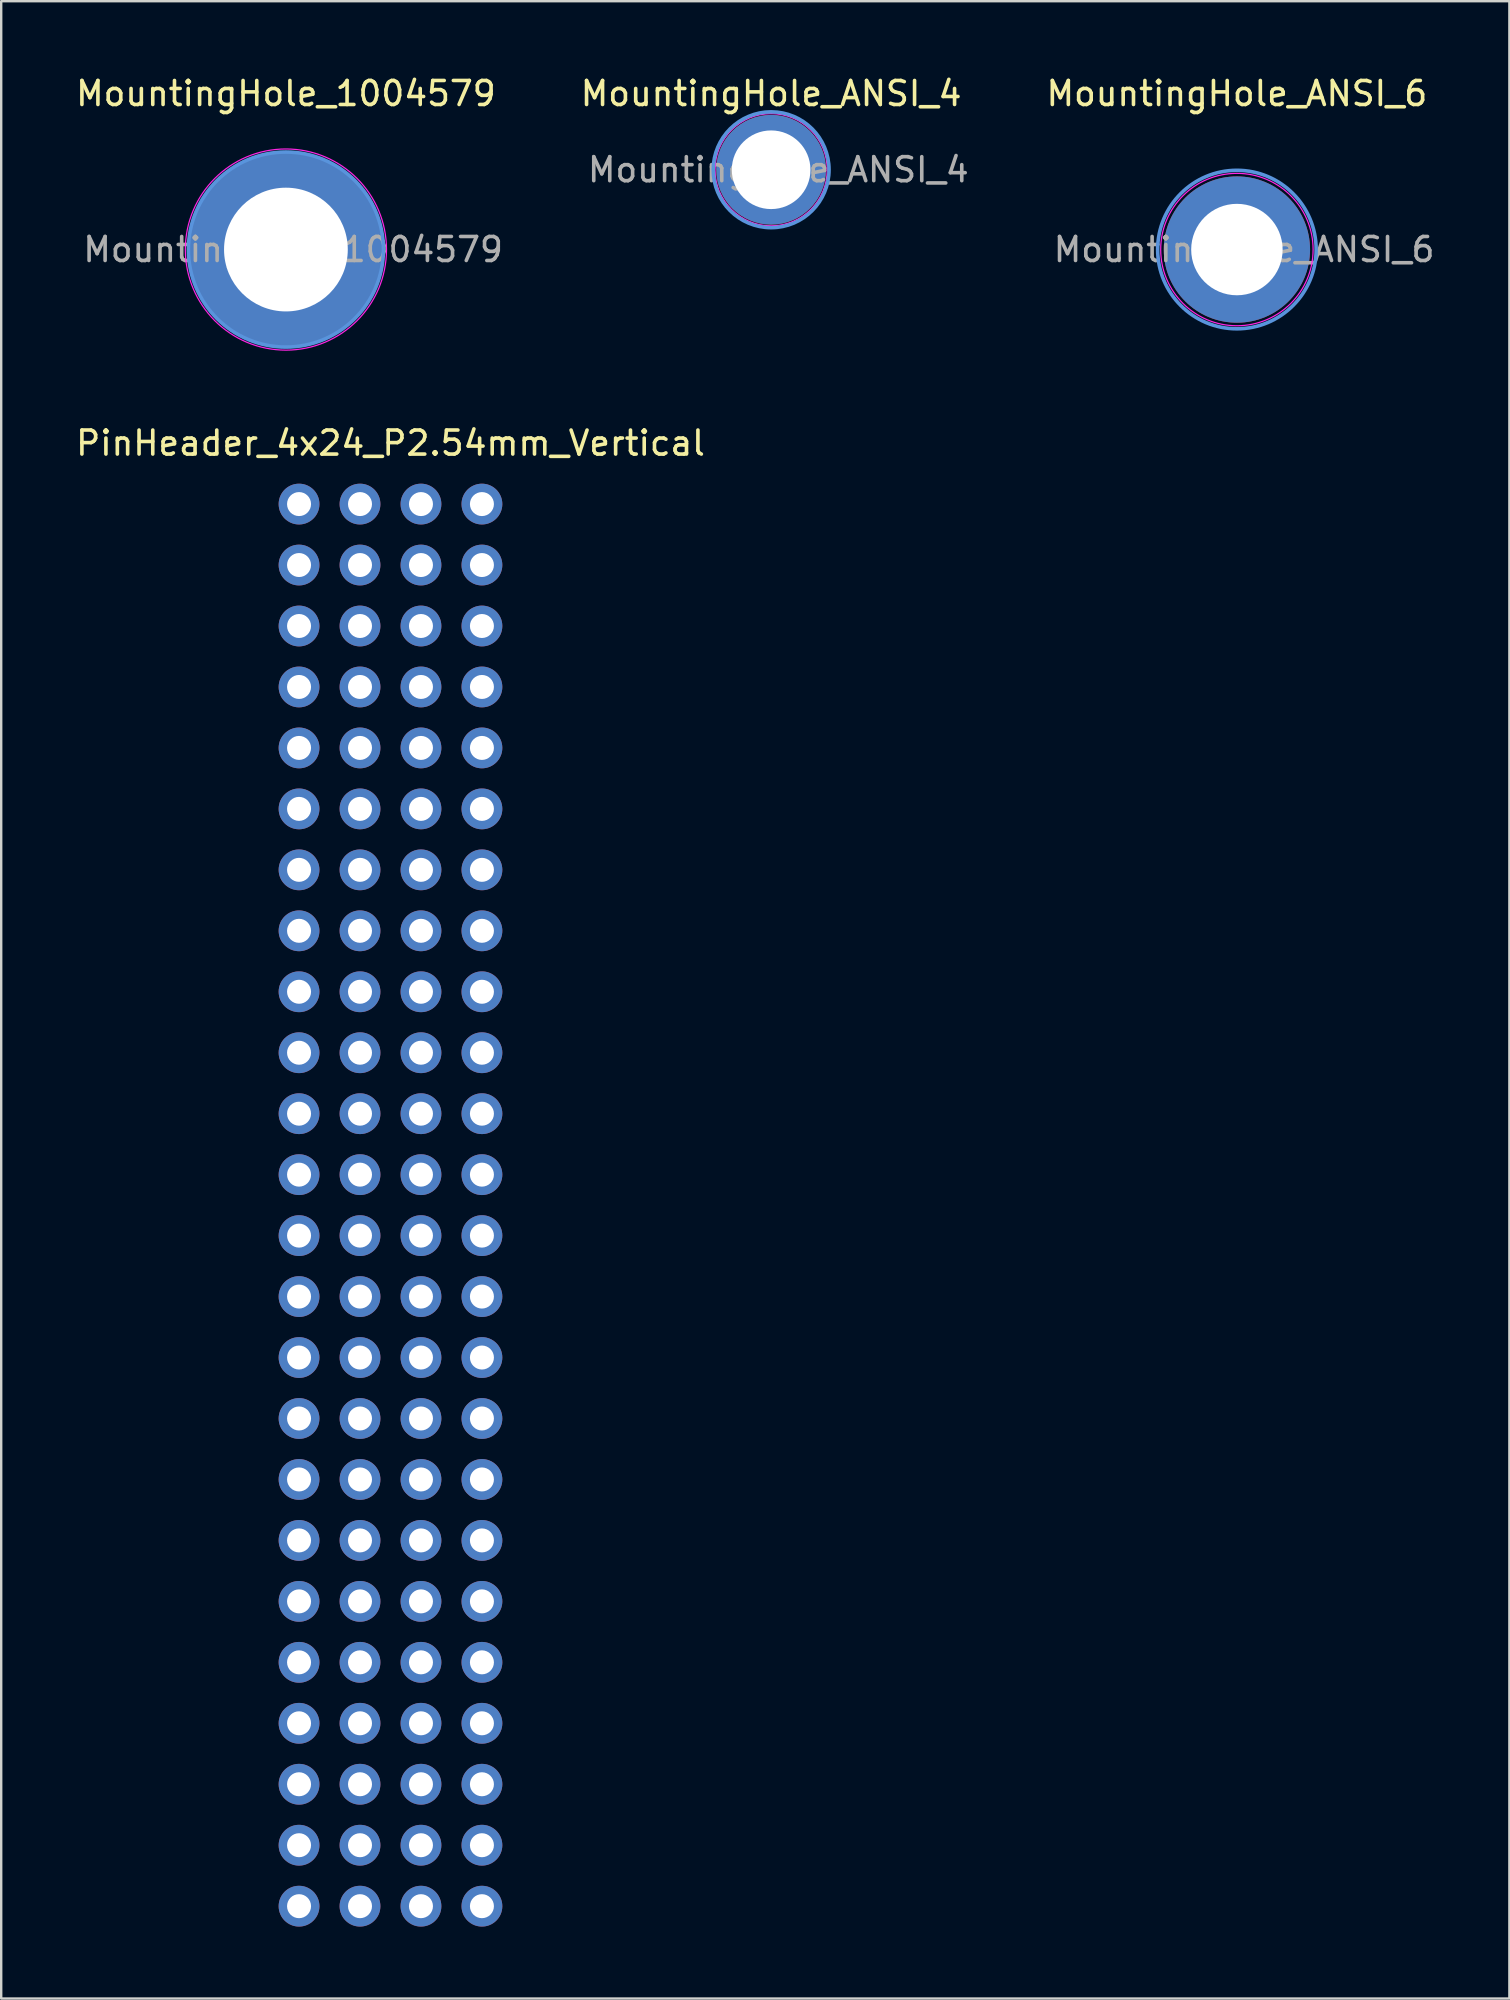
<source format=kicad_pcb>
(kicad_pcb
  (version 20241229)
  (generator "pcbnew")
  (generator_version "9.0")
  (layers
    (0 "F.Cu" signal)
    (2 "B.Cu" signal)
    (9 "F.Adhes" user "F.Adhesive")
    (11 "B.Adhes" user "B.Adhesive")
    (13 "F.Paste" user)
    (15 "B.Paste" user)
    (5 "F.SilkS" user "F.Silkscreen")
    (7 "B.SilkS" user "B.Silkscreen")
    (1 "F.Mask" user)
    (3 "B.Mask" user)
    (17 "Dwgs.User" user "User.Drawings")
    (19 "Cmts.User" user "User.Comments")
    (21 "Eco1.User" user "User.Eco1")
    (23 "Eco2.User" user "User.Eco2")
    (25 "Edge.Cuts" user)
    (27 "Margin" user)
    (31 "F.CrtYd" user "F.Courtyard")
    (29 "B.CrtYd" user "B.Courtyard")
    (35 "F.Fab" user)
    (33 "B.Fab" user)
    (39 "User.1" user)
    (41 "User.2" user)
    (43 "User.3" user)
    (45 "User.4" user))
  (footprint "MountingHole_ANSI_6"
    (layer "F.Cu")
    (at 48.487 7.348)
    (property "Reference" "MountingHole_ANSI_6" (at 0 -6.5 0) (layer "F.SilkS") (effects (font (size 1 1) (thickness 0.15))))
    (attr exclude_from_pos_files exclude_from_bom)
    (fp_circle (center 0 0) (end 3.302 0) (stroke (width 0.15) (type solid)) (fill no) (layer "Cmts.User"))
    (fp_circle (center 0 0) (end 3.175 0) (stroke (width 0.05) (type solid)) (fill no) (layer "F.CrtYd"))
    (fp_text user "${REFERENCE}" (at 0.3 0 0) (layer "F.Fab") (effects (font (size 1 1) (thickness 0.15))))
    (pad "1" thru_hole circle (at 0 0) (size 6.096 6.096) (drill 3.81) (layers "*.Cu" "*.Mask")))
  (footprint "PinHeader_4x24_P2.54mm_Vertical"
    (layer "F.Cu")
    (at 13.22 47.163)
    (property "Reference" "PinHeader_4x24_P2.54mm_Vertical" (at 0 -31.75 0) (layer "F.SilkS") (effects (font (size 1 1) (thickness 0.15))))
    (attr through_hole)
    (pad "1" thru_hole circle (at -3.81 -29.21) (size 1.7 1.7) (drill 1) (layers "*.Cu" "*.Mask"))
    (pad "2" thru_hole circle (at -1.27 -29.21) (size 1.7 1.7) (drill 1) (layers "*.Cu" "*.Mask"))
    (pad "3" thru_hole circle (at 1.27 -29.21) (size 1.7 1.7) (drill 1) (layers "*.Cu" "*.Mask"))
    (pad "4" thru_hole circle (at 3.81 -29.21) (size 1.7 1.7) (drill 1) (layers "*.Cu" "*.Mask"))
    (pad "5" thru_hole circle (at -3.81 -26.67) (size 1.7 1.7) (drill 1) (layers "*.Cu" "*.Mask"))
    (pad "6" thru_hole circle (at -1.27 -26.67) (size 1.7 1.7) (drill 1) (layers "*.Cu" "*.Mask"))
    (pad "7" thru_hole circle (at 1.27 -26.67) (size 1.7 1.7) (drill 1) (layers "*.Cu" "*.Mask"))
    (pad "8" thru_hole circle (at 3.81 -26.67) (size 1.7 1.7) (drill 1) (layers "*.Cu" "*.Mask"))
    (pad "9" thru_hole circle (at -3.81 -24.13) (size 1.7 1.7) (drill 1) (layers "*.Cu" "*.Mask"))
    (pad "10" thru_hole circle (at -1.27 -24.13) (size 1.7 1.7) (drill 1) (layers "*.Cu" "*.Mask"))
    (pad "11" thru_hole circle (at 1.27 -24.13) (size 1.7 1.7) (drill 1) (layers "*.Cu" "*.Mask"))
    (pad "12" thru_hole circle (at 3.81 -24.13) (size 1.7 1.7) (drill 1) (layers "*.Cu" "*.Mask"))
    (pad "13" thru_hole circle (at -3.81 -21.59) (size 1.7 1.7) (drill 1) (layers "*.Cu" "*.Mask"))
    (pad "14" thru_hole circle (at -1.27 -21.59) (size 1.7 1.7) (drill 1) (layers "*.Cu" "*.Mask"))
    (pad "15" thru_hole circle (at 1.27 -21.59) (size 1.7 1.7) (drill 1) (layers "*.Cu" "*.Mask"))
    (pad "16" thru_hole circle (at 3.81 -21.59) (size 1.7 1.7) (drill 1) (layers "*.Cu" "*.Mask"))
    (pad "17" thru_hole circle (at -3.81 -19.05) (size 1.7 1.7) (drill 1) (layers "*.Cu" "*.Mask"))
    (pad "18" thru_hole circle (at -1.27 -19.05) (size 1.7 1.7) (drill 1) (layers "*.Cu" "*.Mask"))
    (pad "19" thru_hole circle (at 1.27 -19.05) (size 1.7 1.7) (drill 1) (layers "*.Cu" "*.Mask"))
    (pad "20" thru_hole circle (at 3.81 -19.05) (size 1.7 1.7) (drill 1) (layers "*.Cu" "*.Mask"))
    (pad "21" thru_hole circle (at -3.81 -16.51) (size 1.7 1.7) (drill 1) (layers "*.Cu" "*.Mask"))
    (pad "22" thru_hole circle (at -1.27 -16.51) (size 1.7 1.7) (drill 1) (layers "*.Cu" "*.Mask"))
    (pad "23" thru_hole circle (at 1.27 -16.51) (size 1.7 1.7) (drill 1) (layers "*.Cu" "*.Mask"))
    (pad "24" thru_hole circle (at 3.81 -16.51) (size 1.7 1.7) (drill 1) (layers "*.Cu" "*.Mask"))
    (pad "25" thru_hole circle (at -3.81 -13.97) (size 1.7 1.7) (drill 1) (layers "*.Cu" "*.Mask"))
    (pad "26" thru_hole circle (at -1.27 -13.97) (size 1.7 1.7) (drill 1) (layers "*.Cu" "*.Mask"))
    (pad "27" thru_hole circle (at 1.27 -13.97) (size 1.7 1.7) (drill 1) (layers "*.Cu" "*.Mask"))
    (pad "28" thru_hole circle (at 3.81 -13.97) (size 1.7 1.7) (drill 1) (layers "*.Cu" "*.Mask"))
    (pad "29" thru_hole circle (at -3.81 -11.43) (size 1.7 1.7) (drill 1) (layers "*.Cu" "*.Mask"))
    (pad "30" thru_hole circle (at -1.27 -11.43) (size 1.7 1.7) (drill 1) (layers "*.Cu" "*.Mask"))
    (pad "31" thru_hole circle (at 1.27 -11.43) (size 1.7 1.7) (drill 1) (layers "*.Cu" "*.Mask"))
    (pad "32" thru_hole circle (at 3.81 -11.43) (size 1.7 1.7) (drill 1) (layers "*.Cu" "*.Mask"))
    (pad "33" thru_hole circle (at -3.81 -8.89) (size 1.7 1.7) (drill 1) (layers "*.Cu" "*.Mask"))
    (pad "34" thru_hole circle (at -1.27 -8.89) (size 1.7 1.7) (drill 1) (layers "*.Cu" "*.Mask"))
    (pad "35" thru_hole circle (at 1.27 -8.89) (size 1.7 1.7) (drill 1) (layers "*.Cu" "*.Mask"))
    (pad "36" thru_hole circle (at 3.81 -8.89) (size 1.7 1.7) (drill 1) (layers "*.Cu" "*.Mask"))
    (pad "37" thru_hole circle (at -3.81 -6.35) (size 1.7 1.7) (drill 1) (layers "*.Cu" "*.Mask"))
    (pad "38" thru_hole circle (at -1.27 -6.35) (size 1.7 1.7) (drill 1) (layers "*.Cu" "*.Mask"))
    (pad "39" thru_hole circle (at 1.27 -6.35) (size 1.7 1.7) (drill 1) (layers "*.Cu" "*.Mask"))
    (pad "40" thru_hole circle (at 3.81 -6.35) (size 1.7 1.7) (drill 1) (layers "*.Cu" "*.Mask"))
    (pad "41" thru_hole circle (at -3.81 -3.81) (size 1.7 1.7) (drill 1) (layers "*.Cu" "*.Mask"))
    (pad "42" thru_hole circle (at -1.27 -3.81) (size 1.7 1.7) (drill 1) (layers "*.Cu" "*.Mask"))
    (pad "43" thru_hole circle (at 1.27 -3.81) (size 1.7 1.7) (drill 1) (layers "*.Cu" "*.Mask"))
    (pad "44" thru_hole circle (at 3.81 -3.81) (size 1.7 1.7) (drill 1) (layers "*.Cu" "*.Mask"))
    (pad "45" thru_hole circle (at -3.81 -1.27) (size 1.7 1.7) (drill 1) (layers "*.Cu" "*.Mask"))
    (pad "46" thru_hole circle (at -1.27 -1.27) (size 1.7 1.7) (drill 1) (layers "*.Cu" "*.Mask"))
    (pad "47" thru_hole circle (at 1.27 -1.27) (size 1.7 1.7) (drill 1) (layers "*.Cu" "*.Mask"))
    (pad "48" thru_hole circle (at 3.81 -1.27) (size 1.7 1.7) (drill 1) (layers "*.Cu" "*.Mask"))
    (pad "49" thru_hole circle (at -3.81 1.27) (size 1.7 1.7) (drill 1) (layers "*.Cu" "*.Mask"))
    (pad "50" thru_hole circle (at -1.27 1.27) (size 1.7 1.7) (drill 1) (layers "*.Cu" "*.Mask"))
    (pad "51" thru_hole circle (at 1.27 1.27) (size 1.7 1.7) (drill 1) (layers "*.Cu" "*.Mask"))
    (pad "52" thru_hole circle (at 3.81 1.27) (size 1.7 1.7) (drill 1) (layers "*.Cu" "*.Mask"))
    (pad "53" thru_hole circle (at -3.81 3.81) (size 1.7 1.7) (drill 1) (layers "*.Cu" "*.Mask"))
    (pad "54" thru_hole circle (at -1.27 3.81) (size 1.7 1.7) (drill 1) (layers "*.Cu" "*.Mask"))
    (pad "55" thru_hole circle (at 1.27 3.81) (size 1.7 1.7) (drill 1) (layers "*.Cu" "*.Mask"))
    (pad "56" thru_hole circle (at 3.81 3.81) (size 1.7 1.7) (drill 1) (layers "*.Cu" "*.Mask"))
    (pad "57" thru_hole circle (at -3.81 6.35) (size 1.7 1.7) (drill 1) (layers "*.Cu" "*.Mask"))
    (pad "58" thru_hole circle (at -1.27 6.35) (size 1.7 1.7) (drill 1) (layers "*.Cu" "*.Mask"))
    (pad "59" thru_hole circle (at 1.27 6.35) (size 1.7 1.7) (drill 1) (layers "*.Cu" "*.Mask"))
    (pad "60" thru_hole circle (at 3.81 6.35) (size 1.7 1.7) (drill 1) (layers "*.Cu" "*.Mask"))
    (pad "61" thru_hole circle (at -3.81 8.89) (size 1.7 1.7) (drill 1) (layers "*.Cu" "*.Mask"))
    (pad "62" thru_hole circle (at -1.27 8.89) (size 1.7 1.7) (drill 1) (layers "*.Cu" "*.Mask"))
    (pad "63" thru_hole circle (at 1.27 8.89) (size 1.7 1.7) (drill 1) (layers "*.Cu" "*.Mask"))
    (pad "64" thru_hole circle (at 3.81 8.89) (size 1.7 1.7) (drill 1) (layers "*.Cu" "*.Mask"))
    (pad "65" thru_hole circle (at -3.81 11.43) (size 1.7 1.7) (drill 1) (layers "*.Cu" "*.Mask"))
    (pad "66" thru_hole circle (at -1.27 11.43) (size 1.7 1.7) (drill 1) (layers "*.Cu" "*.Mask"))
    (pad "67" thru_hole circle (at 1.27 11.43) (size 1.7 1.7) (drill 1) (layers "*.Cu" "*.Mask"))
    (pad "68" thru_hole circle (at 3.81 11.43) (size 1.7 1.7) (drill 1) (layers "*.Cu" "*.Mask"))
    (pad "69" thru_hole circle (at -3.81 13.97) (size 1.7 1.7) (drill 1) (layers "*.Cu" "*.Mask"))
    (pad "70" thru_hole circle (at -1.27 13.97) (size 1.7 1.7) (drill 1) (layers "*.Cu" "*.Mask"))
    (pad "71" thru_hole circle (at 1.27 13.97) (size 1.7 1.7) (drill 1) (layers "*.Cu" "*.Mask"))
    (pad "72" thru_hole circle (at 3.81 13.97) (size 1.7 1.7) (drill 1) (layers "*.Cu" "*.Mask"))
    (pad "73" thru_hole circle (at -3.81 16.51) (size 1.7 1.7) (drill 1) (layers "*.Cu" "*.Mask"))
    (pad "74" thru_hole circle (at -1.27 16.51) (size 1.7 1.7) (drill 1) (layers "*.Cu" "*.Mask"))
    (pad "75" thru_hole circle (at 1.27 16.51) (size 1.7 1.7) (drill 1) (layers "*.Cu" "*.Mask"))
    (pad "76" thru_hole circle (at 3.81 16.51) (size 1.7 1.7) (drill 1) (layers "*.Cu" "*.Mask"))
    (pad "77" thru_hole circle (at -3.81 19.05) (size 1.7 1.7) (drill 1) (layers "*.Cu" "*.Mask"))
    (pad "78" thru_hole circle (at -1.27 19.05) (size 1.7 1.7) (drill 1) (layers "*.Cu" "*.Mask"))
    (pad "79" thru_hole circle (at 1.27 19.05) (size 1.7 1.7) (drill 1) (layers "*.Cu" "*.Mask"))
    (pad "80" thru_hole circle (at 3.81 19.05) (size 1.7 1.7) (drill 1) (layers "*.Cu" "*.Mask"))
    (pad "81" thru_hole circle (at -3.81 21.59) (size 1.7 1.7) (drill 1) (layers "*.Cu" "*.Mask"))
    (pad "82" thru_hole circle (at -1.27 21.59) (size 1.7 1.7) (drill 1) (layers "*.Cu" "*.Mask"))
    (pad "83" thru_hole circle (at 1.27 21.59) (size 1.7 1.7) (drill 1) (layers "*.Cu" "*.Mask"))
    (pad "84" thru_hole circle (at 3.81 21.59) (size 1.7 1.7) (drill 1) (layers "*.Cu" "*.Mask"))
    (pad "85" thru_hole circle (at -3.81 24.13) (size 1.7 1.7) (drill 1) (layers "*.Cu" "*.Mask"))
    (pad "86" thru_hole circle (at -1.27 24.13) (size 1.7 1.7) (drill 1) (layers "*.Cu" "*.Mask"))
    (pad "87" thru_hole circle (at 1.27 24.13) (size 1.7 1.7) (drill 1) (layers "*.Cu" "*.Mask"))
    (pad "88" thru_hole circle (at 3.81 24.13) (size 1.7 1.7) (drill 1) (layers "*.Cu" "*.Mask"))
    (pad "89" thru_hole circle (at -3.81 26.67) (size 1.7 1.7) (drill 1) (layers "*.Cu" "*.Mask"))
    (pad "90" thru_hole circle (at -1.27 26.67) (size 1.7 1.7) (drill 1) (layers "*.Cu" "*.Mask"))
    (pad "91" thru_hole circle (at 1.27 26.67) (size 1.7 1.7) (drill 1) (layers "*.Cu" "*.Mask"))
    (pad "92" thru_hole circle (at 3.81 26.67) (size 1.7 1.7) (drill 1) (layers "*.Cu" "*.Mask"))
    (pad "93" thru_hole circle (at -3.81 29.21) (size 1.7 1.7) (drill 1) (layers "*.Cu" "*.Mask"))
    (pad "94" thru_hole circle (at -1.27 29.21) (size 1.7 1.7) (drill 1) (layers "*.Cu" "*.Mask"))
    (pad "95" thru_hole circle (at 1.27 29.21) (size 1.7 1.7) (drill 1) (layers "*.Cu" "*.Mask"))
    (pad "96" thru_hole circle (at 3.81 29.21) (size 1.7 1.7) (drill 1) (layers "*.Cu" "*.Mask")))
  (footprint "MountingHole_1004579"
    (layer "F.Cu")
    (at 8.863 7.348)
    (property "Reference" "MountingHole_1004579" (at 0 -6.5 0) (layer "F.SilkS") (effects (font (size 1 1) (thickness 0.15))))
    (attr exclude_from_pos_files exclude_from_bom)
    (fp_circle (center 0 0) (end 4.064 0) (stroke (width 0.15) (type solid)) (fill no) (layer "Cmts.User"))
    (fp_circle (center 0 0) (end 4.191 0) (stroke (width 0.05) (type solid)) (fill no) (layer "F.CrtYd"))
    (fp_text user "${REFERENCE}" (at 0.3 0 0) (layer "F.Fab") (effects (font (size 1 1) (thickness 0.15))))
    (pad "1" thru_hole circle (at 0 0) (size 8.128 8.128) (drill 5.156) (layers "*.Cu" "*.Mask")))
  (footprint "MountingHole_ANSI_4"
    (layer "F.Cu")
    (at 29.08 4.023)
    (property "Reference" "MountingHole_ANSI_4" (at 0 -3.175 0) (layer "F.SilkS") (effects (font (size 1 1) (thickness 0.15))))
    (attr exclude_from_pos_files exclude_from_bom)
    (fp_circle (center 0 0) (end 2.413 0) (stroke (width 0.15) (type solid)) (fill no) (layer "Cmts.User"))
    (fp_circle (center 0 0) (end 2.337 0) (stroke (width 0.05) (type solid)) (fill no) (layer "F.CrtYd"))
    (fp_text user "${REFERENCE}" (at 0.3 0 0) (layer "F.Fab") (effects (font (size 1 1) (thickness 0.15))))
    (pad "1" thru_hole circle (at 0 0) (size 4.572 4.572) (drill 3.277) (layers "*.Cu" "*.Mask")))
  (gr_rect
    (start -3 -3)
    (end 59.84 80.222)
    (stroke (width 0.1) (type default))
    (fill no)
    (layer "Edge.Cuts")))
</source>
